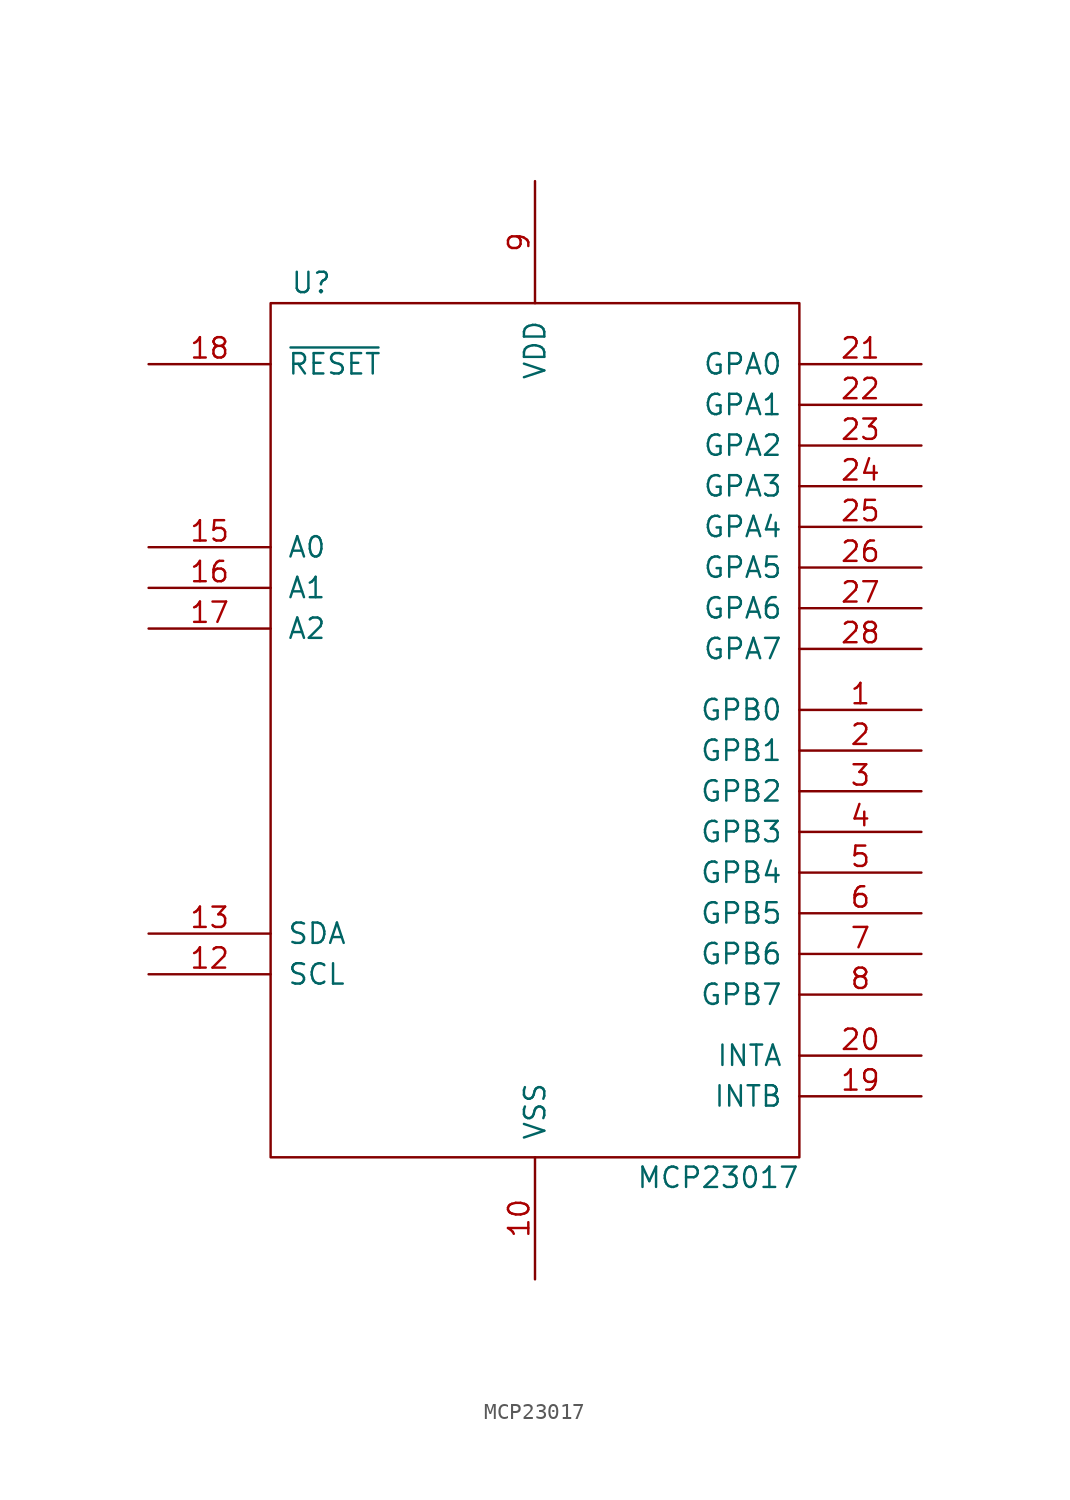
<source format=kicad_sym>
(kicad_symbol_lib
  (version 20211014)
  (generator kicad_symbol_editor)
  (symbol "MCP23017"
    (pin_names
      (offset 1.016))
    (property "Reference" "U"
      (at -13.97 27.94 0)
      (effects (font (size 1.27 1.27))))
    (property "Value" "MCP23017"
      (at 11.43 -27.94 0)
      (effects (font (size 1.27 1.27))))
    (symbol "MCP23017_1_0"
      (rectangle (start -16.51 -26.67) (end 16.51 26.67) (stroke (width 0) (type default) (color 0 0 0 0)) (fill (type none))))
    (symbol "MCP23017_1_1"
      (pin tri_state line (at 24.13 1.27 180) (length 7.62) (name "GPB0" (effects (font (size 1.27 1.27)))) (number "1" (effects (font (size 1.27 1.27)))))
      (pin power_in line (at 0 -34.29 90) (length 7.62) (name "VSS" (effects (font (size 1.27 1.27)))) (number "10" (effects (font (size 1.27 1.27)))))
      (pin input line (at -24.13 -15.24 0) (length 7.62) (name "SCL" (effects (font (size 1.27 1.27)))) (number "12" (effects (font (size 1.27 1.27)))))
      (pin tri_state line (at -24.13 -12.7 0) (length 7.62) (name "SDA" (effects (font (size 1.27 1.27)))) (number "13" (effects (font (size 1.27 1.27)))))
      (pin input line (at -24.13 11.43 0) (length 7.62) (name "A0" (effects (font (size 1.27 1.27)))) (number "15" (effects (font (size 1.27 1.27)))))
      (pin input line (at -24.13 8.89 0) (length 7.62) (name "A1" (effects (font (size 1.27 1.27)))) (number "16" (effects (font (size 1.27 1.27)))))
      (pin input line (at -24.13 6.35 0) (length 7.62) (name "A2" (effects (font (size 1.27 1.27)))) (number "17" (effects (font (size 1.27 1.27)))))
      (pin input line (at -24.13 22.86 0) (length 7.62) (name "~{RESET}" (effects (font (size 1.27 1.27)))) (number "18" (effects (font (size 1.27 1.27)))))
      (pin output line (at 24.13 -22.86 180) (length 7.62) (name "INTB" (effects (font (size 1.27 1.27)))) (number "19" (effects (font (size 1.27 1.27)))))
      (pin tri_state line (at 24.13 -1.27 180) (length 7.62) (name "GPB1" (effects (font (size 1.27 1.27)))) (number "2" (effects (font (size 1.27 1.27)))))
      (pin output line (at 24.13 -20.32 180) (length 7.62) (name "INTA" (effects (font (size 1.27 1.27)))) (number "20" (effects (font (size 1.27 1.27)))))
      (pin tri_state line (at 24.13 22.86 180) (length 7.62) (name "GPA0" (effects (font (size 1.27 1.27)))) (number "21" (effects (font (size 1.27 1.27)))))
      (pin tri_state line (at 24.13 20.32 180) (length 7.62) (name "GPA1" (effects (font (size 1.27 1.27)))) (number "22" (effects (font (size 1.27 1.27)))))
      (pin tri_state line (at 24.13 17.78 180) (length 7.62) (name "GPA2" (effects (font (size 1.27 1.27)))) (number "23" (effects (font (size 1.27 1.27)))))
      (pin tri_state line (at 24.13 15.24 180) (length 7.62) (name "GPA3" (effects (font (size 1.27 1.27)))) (number "24" (effects (font (size 1.27 1.27)))))
      (pin tri_state line (at 24.13 12.7 180) (length 7.62) (name "GPA4" (effects (font (size 1.27 1.27)))) (number "25" (effects (font (size 1.27 1.27)))))
      (pin tri_state line (at 24.13 10.16 180) (length 7.62) (name "GPA5" (effects (font (size 1.27 1.27)))) (number "26" (effects (font (size 1.27 1.27)))))
      (pin tri_state line (at 24.13 7.62 180) (length 7.62) (name "GPA6" (effects (font (size 1.27 1.27)))) (number "27" (effects (font (size 1.27 1.27)))))
      (pin tri_state line (at 24.13 5.08 180) (length 7.62) (name "GPA7" (effects (font (size 1.27 1.27)))) (number "28" (effects (font (size 1.27 1.27)))))
      (pin tri_state line (at 24.13 -3.81 180) (length 7.62) (name "GPB2" (effects (font (size 1.27 1.27)))) (number "3" (effects (font (size 1.27 1.27)))))
      (pin tri_state line (at 24.13 -6.35 180) (length 7.62) (name "GPB3" (effects (font (size 1.27 1.27)))) (number "4" (effects (font (size 1.27 1.27)))))
      (pin tri_state line (at 24.13 -8.89 180) (length 7.62) (name "GPB4" (effects (font (size 1.27 1.27)))) (number "5" (effects (font (size 1.27 1.27)))))
      (pin tri_state line (at 24.13 -11.43 180) (length 7.62) (name "GPB5" (effects (font (size 1.27 1.27)))) (number "6" (effects (font (size 1.27 1.27)))))
      (pin tri_state line (at 24.13 -13.97 180) (length 7.62) (name "GPB6" (effects (font (size 1.27 1.27)))) (number "7" (effects (font (size 1.27 1.27)))))
      (pin tri_state line (at 24.13 -16.51 180) (length 7.62) (name "GPB7" (effects (font (size 1.27 1.27)))) (number "8" (effects (font (size 1.27 1.27)))))
      (pin power_in line (at 0 34.29 270) (length 7.62) (name "VDD" (effects (font (size 1.27 1.27)))) (number "9" (effects (font (size 1.27 1.27))))))))
</source>
